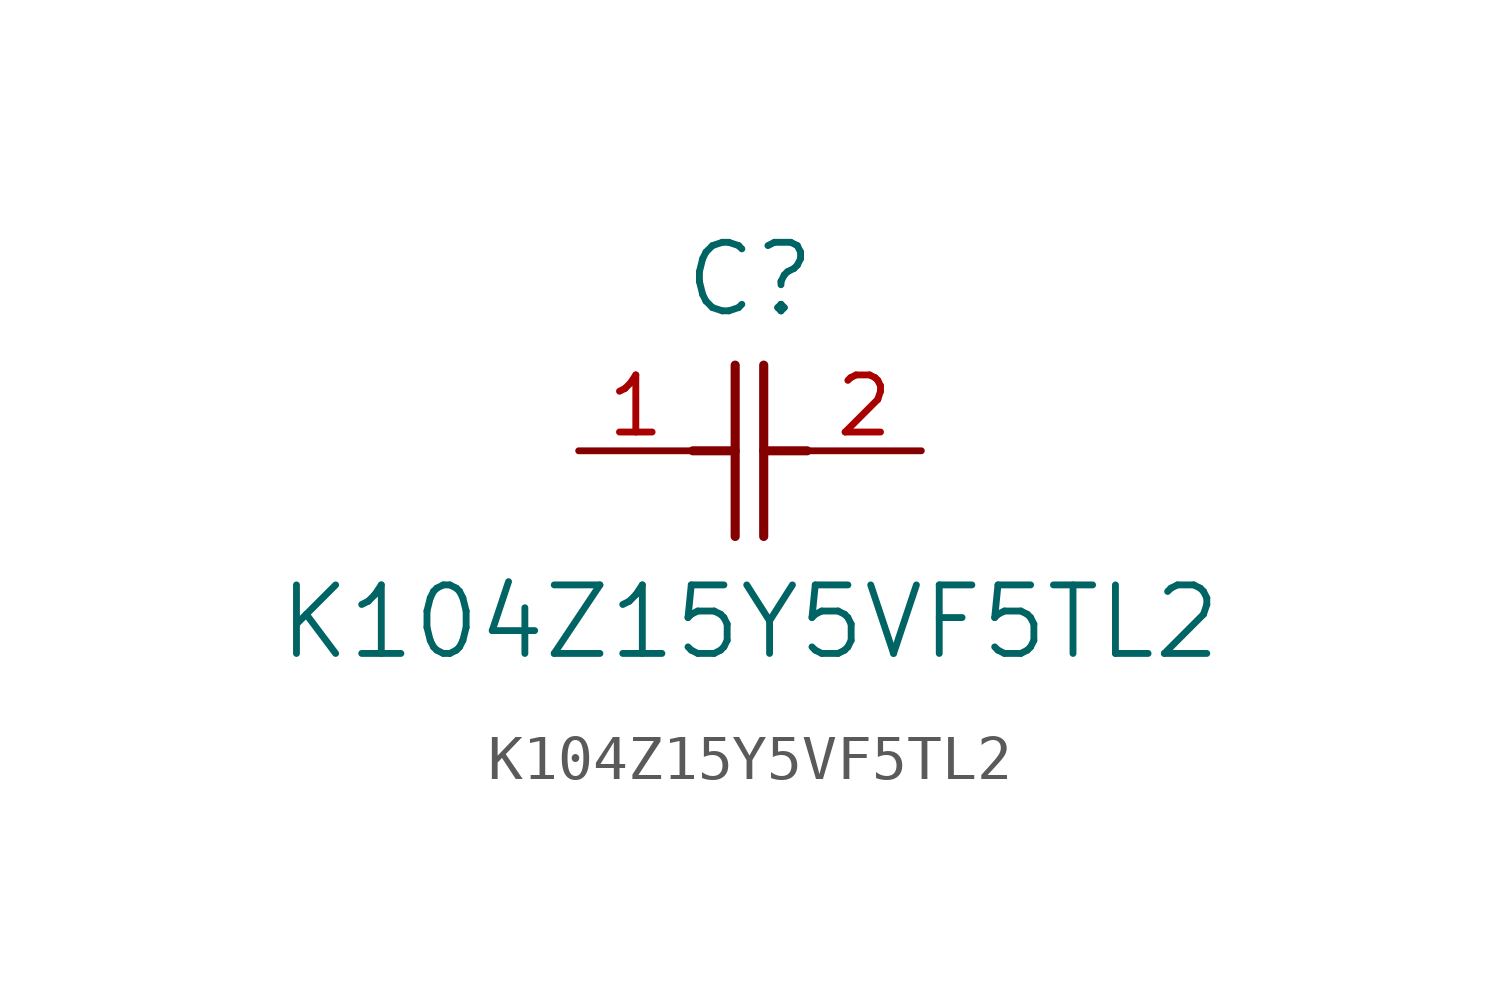
<source format=kicad_sym>
(kicad_symbol_lib
  (version 20211014)
  (generator kicad_symbol_editor)
  (symbol "K104Z15Y5VF5TL2"
    (pin_names
      (offset 0.254))
    (property "Reference" "C"
      (at 3.81 3.81 0)
      (effects (font (size 1.524 1.524))))
    (property "Value" "K104Z15Y5VF5TL2"
      (at 3.81 -3.81 0)
      (effects (font (size 1.524 1.524))))
    (symbol "K104Z15Y5VF5TL2_0_1"
      (polyline (pts (xy 3.48 -1.905) (xy 3.48 1.905)) (stroke (width 0.203) (type default) (color 0 0 0 0)) (fill (type none)))
      (polyline (pts (xy 4.115 -1.905) (xy 4.115 1.905)) (stroke (width 0.203) (type default) (color 0 0 0 0)) (fill (type none)))
      (polyline (pts (xy 4.115 0) (xy 5.08 0)) (stroke (width 0.203) (type default) (color 0 0 0 0)) (fill (type none)))
      (polyline (pts (xy 2.54 0) (xy 3.48 0)) (stroke (width 0.203) (type default) (color 0 0 0 0)) (fill (type none)))
      (pin unspecified line (at 0 0 0) (length 2.54) (name "" (effects (font (size 1.27 1.27)))) (number "1" (effects (font (size 1.27 1.27)))))
      (pin unspecified line (at 7.62 0 180) (length 2.54) (name "" (effects (font (size 1.27 1.27)))) (number "2" (effects (font (size 1.27 1.27))))))))
</source>
